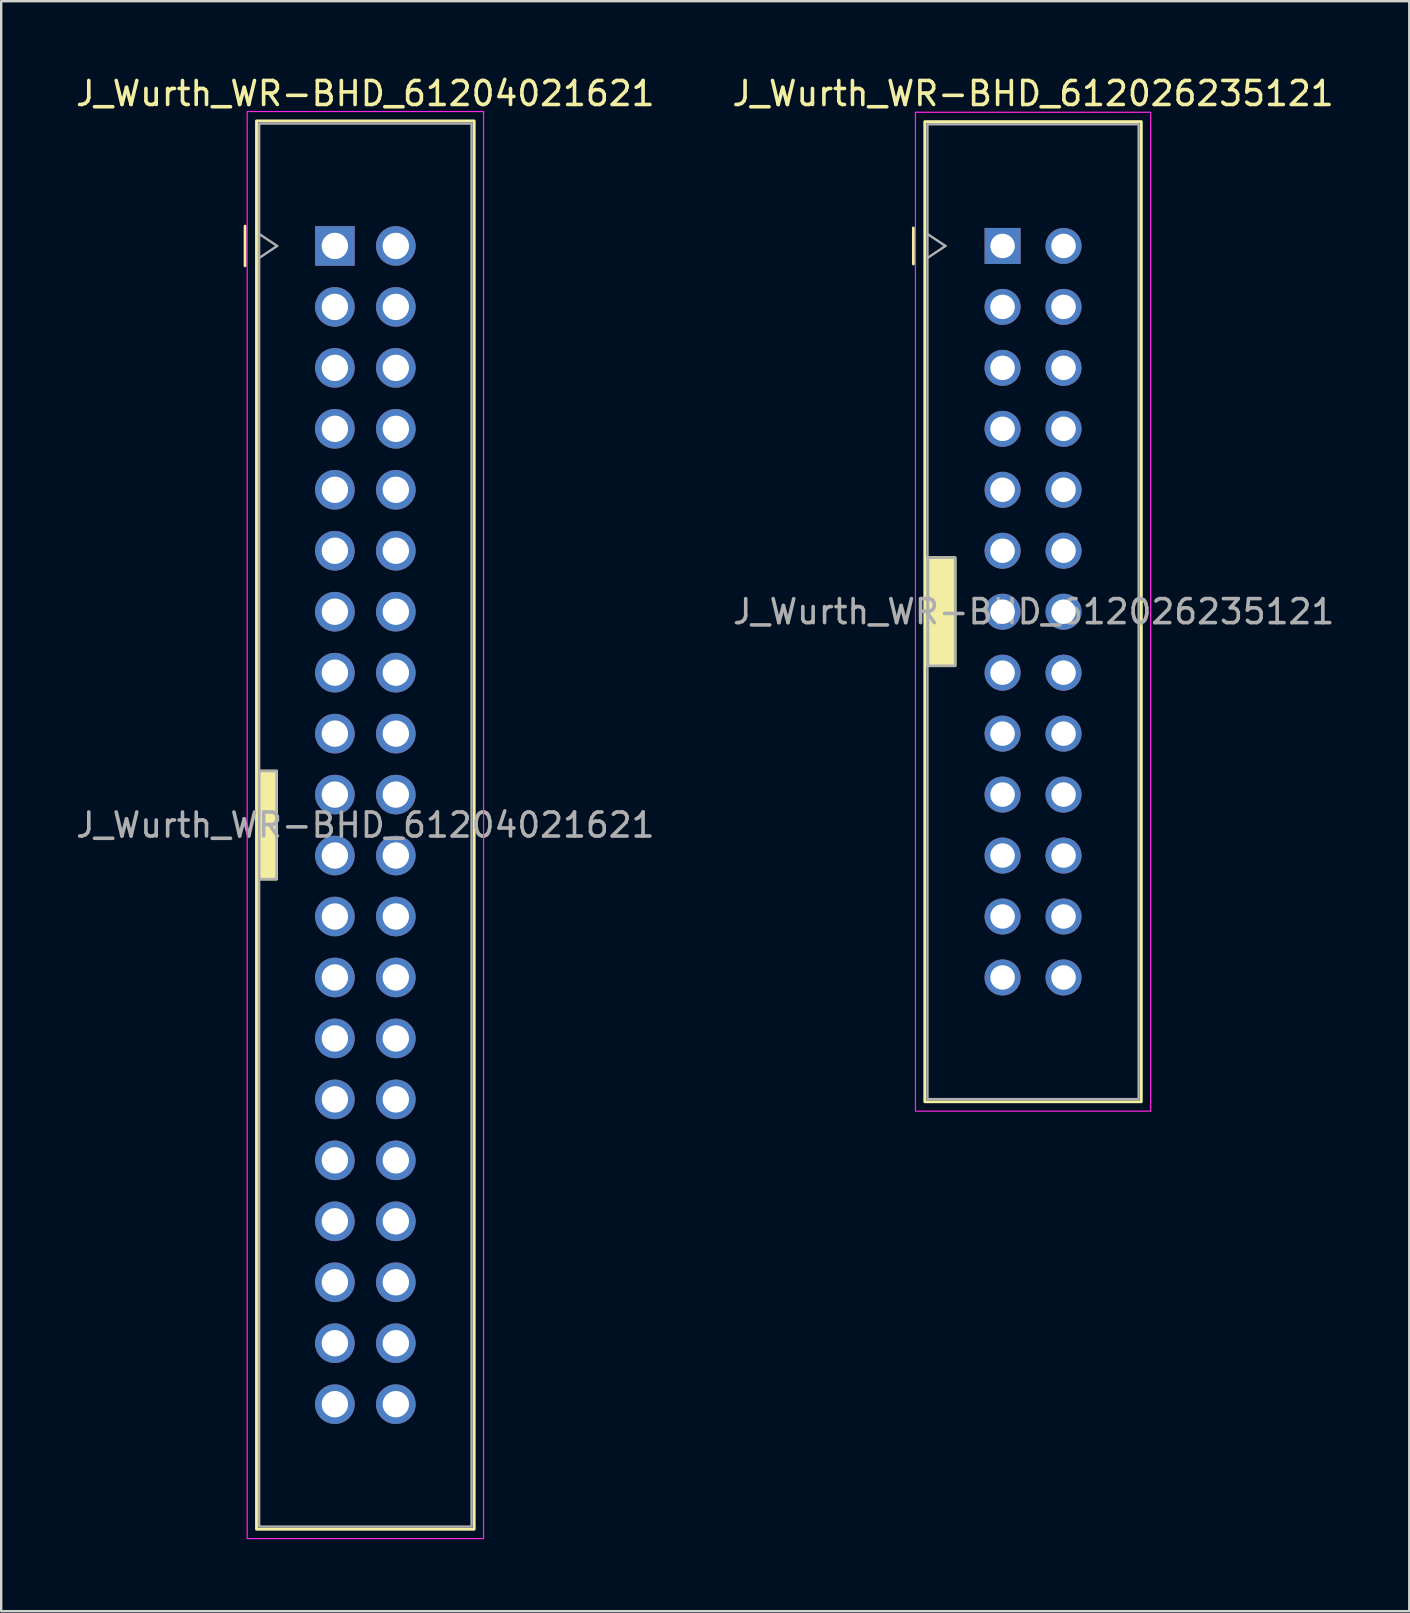
<source format=kicad_pcb>
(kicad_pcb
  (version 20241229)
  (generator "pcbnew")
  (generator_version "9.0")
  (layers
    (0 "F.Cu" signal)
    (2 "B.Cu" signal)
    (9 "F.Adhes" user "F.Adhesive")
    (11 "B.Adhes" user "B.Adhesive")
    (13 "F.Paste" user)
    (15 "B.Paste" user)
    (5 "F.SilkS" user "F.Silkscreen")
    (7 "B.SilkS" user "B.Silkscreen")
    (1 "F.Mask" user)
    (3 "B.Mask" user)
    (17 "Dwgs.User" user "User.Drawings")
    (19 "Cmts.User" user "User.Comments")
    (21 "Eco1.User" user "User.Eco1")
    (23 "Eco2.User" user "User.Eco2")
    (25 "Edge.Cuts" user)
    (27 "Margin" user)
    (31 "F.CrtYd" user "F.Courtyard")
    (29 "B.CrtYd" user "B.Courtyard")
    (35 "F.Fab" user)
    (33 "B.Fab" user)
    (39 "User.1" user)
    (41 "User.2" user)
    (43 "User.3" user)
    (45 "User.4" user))
  (footprint "J_Wurth_WR-BHD_61204021621"
    (layer "F.Cu")
    (at 10.903 7.198)
    (property "Reference" "J_Wurth_WR-BHD_61204021621" (at 1.27 -6.35 0) (unlocked yes) (layer "F.SilkS") (effects (font (size 1 1) (thickness 0.15))))
    (attr through_hole)
    (fp_line (start -3.74 -0.825) (end -3.74 0.825) (stroke (width 0.12) (type solid)) (layer "F.SilkS"))
    (fp_rect (start -3.265 -5.21) (end 5.805 53.47) (stroke (width 0.12) (type solid)) (fill no) (layer "F.SilkS"))
    (fp_rect (start -3.155 21.88) (end -2.43 26.38) (stroke (width 0.12) (type solid)) (fill yes) (layer "F.SilkS"))
    (fp_rect (start -3.655 -5.6) (end 6.195 53.86) (stroke (width 0.05) (type solid)) (fill no) (layer "F.CrtYd"))
    (fp_line (start -2.405 0) (end -3.155 -0.5) (stroke (width 0.1) (type solid)) (layer "F.Fab"))
    (fp_line (start -2.405 0) (end -3.155 0.5) (stroke (width 0.1) (type solid)) (layer "F.Fab"))
    (fp_rect (start -3.155 21.88) (end -2.43 26.38) (stroke (width 0.1) (type solid)) (fill no) (layer "F.Fab"))
    (fp_rect (start -3.155 -5.1) (end 5.695 53.36) (stroke (width 0.1) (type solid)) (fill no) (layer "F.Fab"))
    (fp_text user "${REFERENCE}" (at 1.27 24.13 0) (unlocked yes) (layer "F.Fab") (effects (font (size 1 1) (thickness 0.15))))
    (pad "1" thru_hole rect (at 0 0 270) (size 1.65 1.65) (drill 1.1) (layers "*.Cu" "*.Mask"))
    (pad "2" thru_hole circle (at 2.54 0 270) (size 1.65 1.65) (drill 1.1) (layers "*.Cu" "*.Mask"))
    (pad "3" thru_hole circle (at 0 2.54 270) (size 1.65 1.65) (drill 1.1) (layers "*.Cu" "*.Mask"))
    (pad "4" thru_hole circle (at 2.54 2.54 270) (size 1.65 1.65) (drill 1.1) (layers "*.Cu" "*.Mask"))
    (pad "5" thru_hole circle (at 0 5.08 270) (size 1.65 1.65) (drill 1.1) (layers "*.Cu" "*.Mask"))
    (pad "6" thru_hole circle (at 2.54 5.08 270) (size 1.65 1.65) (drill 1.1) (layers "*.Cu" "*.Mask"))
    (pad "7" thru_hole circle (at 0 7.62 270) (size 1.65 1.65) (drill 1.1) (layers "*.Cu" "*.Mask"))
    (pad "8" thru_hole circle (at 2.54 7.62 270) (size 1.65 1.65) (drill 1.1) (layers "*.Cu" "*.Mask"))
    (pad "9" thru_hole circle (at 0 10.16 270) (size 1.65 1.65) (drill 1.1) (layers "*.Cu" "*.Mask"))
    (pad "10" thru_hole circle (at 2.54 10.16 270) (size 1.65 1.65) (drill 1.1) (layers "*.Cu" "*.Mask"))
    (pad "11" thru_hole circle (at 0 12.7 270) (size 1.65 1.65) (drill 1.1) (layers "*.Cu" "*.Mask"))
    (pad "12" thru_hole circle (at 2.54 12.7 270) (size 1.65 1.65) (drill 1.1) (layers "*.Cu" "*.Mask"))
    (pad "13" thru_hole circle (at 0 15.24 270) (size 1.65 1.65) (drill 1.1) (layers "*.Cu" "*.Mask"))
    (pad "14" thru_hole circle (at 2.54 15.24 270) (size 1.65 1.65) (drill 1.1) (layers "*.Cu" "*.Mask"))
    (pad "15" thru_hole circle (at 0 17.78 270) (size 1.65 1.65) (drill 1.1) (layers "*.Cu" "*.Mask"))
    (pad "16" thru_hole circle (at 2.54 17.78 270) (size 1.65 1.65) (drill 1.1) (layers "*.Cu" "*.Mask"))
    (pad "17" thru_hole circle (at 0 20.32 270) (size 1.65 1.65) (drill 1.1) (layers "*.Cu" "*.Mask"))
    (pad "18" thru_hole circle (at 2.54 20.32 270) (size 1.65 1.65) (drill 1.1) (layers "*.Cu" "*.Mask"))
    (pad "19" thru_hole circle (at 0 22.86 270) (size 1.65 1.65) (drill 1.1) (layers "*.Cu" "*.Mask"))
    (pad "20" thru_hole circle (at 2.54 22.86 270) (size 1.65 1.65) (drill 1.1) (layers "*.Cu" "*.Mask"))
    (pad "21" thru_hole circle (at 0 25.4 270) (size 1.65 1.65) (drill 1.1) (layers "*.Cu" "*.Mask"))
    (pad "22" thru_hole circle (at 2.54 25.4 270) (size 1.65 1.65) (drill 1.1) (layers "*.Cu" "*.Mask"))
    (pad "23" thru_hole circle (at 0 27.94 270) (size 1.65 1.65) (drill 1.1) (layers "*.Cu" "*.Mask"))
    (pad "24" thru_hole circle (at 2.54 27.94 270) (size 1.65 1.65) (drill 1.1) (layers "*.Cu" "*.Mask"))
    (pad "25" thru_hole circle (at 0 30.48 270) (size 1.65 1.65) (drill 1.1) (layers "*.Cu" "*.Mask"))
    (pad "26" thru_hole circle (at 2.54 30.48 270) (size 1.65 1.65) (drill 1.1) (layers "*.Cu" "*.Mask"))
    (pad "27" thru_hole circle (at 0 33.02 270) (size 1.65 1.65) (drill 1.1) (layers "*.Cu" "*.Mask"))
    (pad "28" thru_hole circle (at 2.54 33.02 270) (size 1.65 1.65) (drill 1.1) (layers "*.Cu" "*.Mask"))
    (pad "29" thru_hole circle (at 0 35.56 270) (size 1.65 1.65) (drill 1.1) (layers "*.Cu" "*.Mask"))
    (pad "30" thru_hole circle (at 2.54 35.56 270) (size 1.65 1.65) (drill 1.1) (layers "*.Cu" "*.Mask"))
    (pad "31" thru_hole circle (at 0 38.1 270) (size 1.65 1.65) (drill 1.1) (layers "*.Cu" "*.Mask"))
    (pad "32" thru_hole circle (at 2.54 38.1 270) (size 1.65 1.65) (drill 1.1) (layers "*.Cu" "*.Mask"))
    (pad "33" thru_hole circle (at 0 40.64 270) (size 1.65 1.65) (drill 1.1) (layers "*.Cu" "*.Mask"))
    (pad "34" thru_hole circle (at 2.54 40.64 270) (size 1.65 1.65) (drill 1.1) (layers "*.Cu" "*.Mask"))
    (pad "35" thru_hole circle (at 0 43.18 270) (size 1.65 1.65) (drill 1.1) (layers "*.Cu" "*.Mask"))
    (pad "36" thru_hole circle (at 2.54 43.18 270) (size 1.65 1.65) (drill 1.1) (layers "*.Cu" "*.Mask"))
    (pad "37" thru_hole circle (at 0 45.72 270) (size 1.65 1.65) (drill 1.1) (layers "*.Cu" "*.Mask"))
    (pad "38" thru_hole circle (at 2.54 45.72 270) (size 1.65 1.65) (drill 1.1) (layers "*.Cu" "*.Mask"))
    (pad "39" thru_hole circle (at 0 48.26 270) (size 1.65 1.65) (drill 1.1) (layers "*.Cu" "*.Mask"))
    (pad "40" thru_hole circle (at 2.54 48.26 270) (size 1.65 1.65) (drill 1.1) (layers "*.Cu" "*.Mask")))
  (footprint "J_Wurth_WR-BHD_612026235121"
    (layer "F.Cu")
    (at 38.724 7.198)
    (property "Reference" "J_Wurth_WR-BHD_612026235121" (at 1.27 -6.35 0) (unlocked yes) (layer "F.SilkS") (effects (font (size 1 1) (thickness 0.15))))
    (attr through_hole)
    (fp_line (start -3.715 -0.75) (end -3.715 0.75) (stroke (width 0.12) (type solid)) (layer "F.SilkS"))
    (fp_rect (start -3.24 -5.18) (end 5.78 35.66) (stroke (width 0.12) (type solid)) (fill no) (layer "F.SilkS"))
    (fp_rect (start -3.178 12.99) (end -1.978 17.49) (stroke (width 0.12) (type solid)) (fill yes) (layer "F.SilkS"))
    (fp_rect (start -3.63 -5.57) (end 6.17 36.05) (stroke (width 0.05) (type solid)) (fill no) (layer "F.CrtYd"))
    (fp_line (start -2.38 0) (end -3.13 -0.5) (stroke (width 0.1) (type solid)) (layer "F.Fab"))
    (fp_line (start -2.38 0) (end -3.13 0.5) (stroke (width 0.1) (type solid)) (layer "F.Fab"))
    (fp_rect (start -3.13 -5.07) (end 5.67 35.55) (stroke (width 0.1) (type solid)) (fill no) (layer "F.Fab"))
    (fp_rect (start -3.103 12.99) (end -1.978 17.49) (stroke (width 0.1) (type solid)) (fill no) (layer "F.Fab"))
    (fp_text user "${REFERENCE}" (at 1.297 15.24 0) (unlocked yes) (layer "F.Fab") (effects (font (size 1 1) (thickness 0.15))))
    (pad "1" thru_hole rect (at 0 0 270) (size 1.5 1.5) (drill 1.02) (layers "*.Cu" "*.Mask"))
    (pad "2" thru_hole circle (at 2.54 0 270) (size 1.5 1.5) (drill 1.02) (layers "*.Cu" "*.Mask"))
    (pad "3" thru_hole circle (at 0 2.54 270) (size 1.5 1.5) (drill 1.02) (layers "*.Cu" "*.Mask"))
    (pad "4" thru_hole circle (at 2.54 2.54 270) (size 1.5 1.5) (drill 1.02) (layers "*.Cu" "*.Mask"))
    (pad "5" thru_hole circle (at 0 5.08 270) (size 1.5 1.5) (drill 1.02) (layers "*.Cu" "*.Mask"))
    (pad "6" thru_hole circle (at 2.54 5.08 270) (size 1.5 1.5) (drill 1.02) (layers "*.Cu" "*.Mask"))
    (pad "7" thru_hole circle (at 0 7.62 270) (size 1.5 1.5) (drill 1.02) (layers "*.Cu" "*.Mask"))
    (pad "8" thru_hole circle (at 2.54 7.62 270) (size 1.5 1.5) (drill 1.02) (layers "*.Cu" "*.Mask"))
    (pad "9" thru_hole circle (at 0 10.16 270) (size 1.5 1.5) (drill 1.02) (layers "*.Cu" "*.Mask"))
    (pad "10" thru_hole circle (at 2.54 10.16 270) (size 1.5 1.5) (drill 1.02) (layers "*.Cu" "*.Mask"))
    (pad "11" thru_hole circle (at 0 12.7 270) (size 1.5 1.5) (drill 1.02) (layers "*.Cu" "*.Mask"))
    (pad "12" thru_hole circle (at 2.54 12.7 270) (size 1.5 1.5) (drill 1.02) (layers "*.Cu" "*.Mask"))
    (pad "13" thru_hole circle (at 0 15.24 270) (size 1.5 1.5) (drill 1.02) (layers "*.Cu" "*.Mask"))
    (pad "14" thru_hole circle (at 2.54 15.24 270) (size 1.5 1.5) (drill 1.02) (layers "*.Cu" "*.Mask"))
    (pad "15" thru_hole circle (at 0 17.78 270) (size 1.5 1.5) (drill 1.02) (layers "*.Cu" "*.Mask"))
    (pad "16" thru_hole circle (at 2.54 17.78 270) (size 1.5 1.5) (drill 1.02) (layers "*.Cu" "*.Mask"))
    (pad "17" thru_hole circle (at 0 20.32 270) (size 1.5 1.5) (drill 1.02) (layers "*.Cu" "*.Mask"))
    (pad "18" thru_hole circle (at 2.54 20.32 270) (size 1.5 1.5) (drill 1.02) (layers "*.Cu" "*.Mask"))
    (pad "19" thru_hole circle (at 0 22.86 270) (size 1.5 1.5) (drill 1.02) (layers "*.Cu" "*.Mask"))
    (pad "20" thru_hole circle (at 2.54 22.86 270) (size 1.5 1.5) (drill 1.02) (layers "*.Cu" "*.Mask"))
    (pad "21" thru_hole circle (at 0 25.4 270) (size 1.5 1.5) (drill 1.02) (layers "*.Cu" "*.Mask"))
    (pad "22" thru_hole circle (at 2.54 25.4 270) (size 1.5 1.5) (drill 1.02) (layers "*.Cu" "*.Mask"))
    (pad "23" thru_hole circle (at 0 27.94 270) (size 1.5 1.5) (drill 1.02) (layers "*.Cu" "*.Mask"))
    (pad "24" thru_hole circle (at 2.54 27.94 270) (size 1.5 1.5) (drill 1.02) (layers "*.Cu" "*.Mask"))
    (pad "25" thru_hole circle (at 0 30.48 270) (size 1.5 1.5) (drill 1.02) (layers "*.Cu" "*.Mask"))
    (pad "26" thru_hole circle (at 2.54 30.48 270) (size 1.5 1.5) (drill 1.02) (layers "*.Cu" "*.Mask")))
  (gr_rect
    (start -3 -3)
    (end 55.67 64.083)
    (stroke (width 0.1) (type default))
    (fill no)
    (layer "Edge.Cuts")))
</source>
